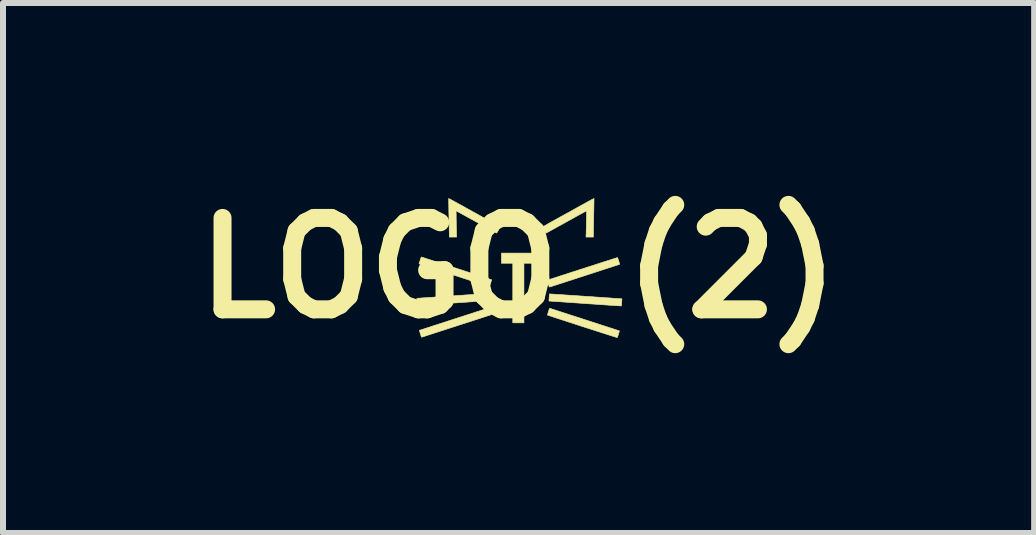
<source format=kicad_pcb>
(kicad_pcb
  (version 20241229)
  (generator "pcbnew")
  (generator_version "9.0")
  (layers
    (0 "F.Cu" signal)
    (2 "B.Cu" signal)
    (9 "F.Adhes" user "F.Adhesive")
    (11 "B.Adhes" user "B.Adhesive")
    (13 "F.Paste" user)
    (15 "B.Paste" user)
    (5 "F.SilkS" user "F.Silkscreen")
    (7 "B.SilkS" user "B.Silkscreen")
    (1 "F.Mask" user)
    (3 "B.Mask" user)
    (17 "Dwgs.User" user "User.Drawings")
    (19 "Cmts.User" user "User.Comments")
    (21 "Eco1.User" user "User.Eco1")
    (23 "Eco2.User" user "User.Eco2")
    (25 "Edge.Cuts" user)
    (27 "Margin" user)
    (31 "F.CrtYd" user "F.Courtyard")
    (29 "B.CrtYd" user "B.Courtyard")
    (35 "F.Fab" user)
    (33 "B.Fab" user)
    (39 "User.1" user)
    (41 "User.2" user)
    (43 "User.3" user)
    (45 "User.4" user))
  (footprint "LOGO (2)"
    (layer "F.Cu")
    (at 5.595 1.418)
    (property "Reference" "LOGO (2)" (at 0 0 0) (layer "F.SilkS") (effects (font (size 1.524 1.524) (thickness 0.3))))
    (attr through_hole)
    (fp_poly (pts (xy 0.279 -0.079) (xy 0.09 -0.079) (xy 0.09 0.914) (xy -0.096 0.914) (xy -0.096 -0.079) (xy -0.285 -0.079) (xy -0.285 -0.248) (xy 0.279 -0.248) (xy 0.279 -0.079)) (stroke (width 0.01) (type solid)) (fill yes) (layer "F.SilkS"))
    (fp_poly (pts (xy -1.618 -0.183) (xy -1.61 -0.18) (xy -1.598 -0.176) (xy -1.58 -0.171) (xy -1.559 -0.164) (xy -1.534 -0.156) (xy -1.505 -0.146) (xy -1.473 -0.136) (xy -1.438 -0.125) (xy -1.4 -0.112) (xy -1.36 -0.099) (xy -1.318 -0.086) (xy -1.274 -0.072) (xy -1.228 -0.057) (xy -1.181 -0.042) (xy -1.134 -0.026) (xy -1.085 -0.011) (xy -1.037 0.005) (xy -0.988 0.021) (xy -0.94 0.036) (xy -0.892 0.052) (xy -0.846 0.067) (xy -0.8 0.082) (xy -0.756 0.096) (xy -0.713 0.11) (xy -0.673 0.123) (xy -0.635 0.135) (xy -0.6 0.147) (xy -0.567 0.157) (xy -0.538 0.167) (xy -0.513 0.175) (xy -0.491 0.182) (xy -0.474 0.188) (xy -0.461 0.192) (xy -0.452 0.195) (xy -0.449 0.196) (xy -0.449 0.196) (xy -0.45 0.199) (xy -0.451 0.207) (xy -0.454 0.217) (xy -0.458 0.23) (xy -0.463 0.245) (xy -0.468 0.26) (xy -0.472 0.275) (xy -0.477 0.288) (xy -0.481 0.299) (xy -0.483 0.307) (xy -0.485 0.31) (xy -0.485 0.31) (xy -0.488 0.309) (xy -0.496 0.307) (xy -0.509 0.303) (xy -0.526 0.297) (xy -0.548 0.29) (xy -0.574 0.282) (xy -0.604 0.272) (xy -0.637 0.261) (xy -0.674 0.249) (xy -0.715 0.236) (xy -0.758 0.223) (xy -0.803 0.208) (xy -0.852 0.192) (xy -0.902 0.176) (xy -0.954 0.159) (xy -1.008 0.141) (xy -1.064 0.124) (xy -1.072 0.121) (xy -1.128 0.103) (xy -1.182 0.085) (xy -1.235 0.068) (xy -1.286 0.052) (xy -1.334 0.036) (xy -1.38 0.021) (xy -1.424 0.007) (xy -1.464 -0.006) (xy -1.502 -0.018) (xy -1.536 -0.029) (xy -1.566 -0.039) (xy -1.593 -0.048) (xy -1.615 -0.055) (xy -1.633 -0.061) (xy -1.646 -0.065) (xy -1.655 -0.068) (xy -1.659 -0.069) (xy -1.659 -0.069) (xy -1.658 -0.072) (xy -1.656 -0.079) (xy -1.653 -0.089) (xy -1.649 -0.102) (xy -1.644 -0.117) (xy -1.639 -0.132) (xy -1.634 -0.147) (xy -1.63 -0.16) (xy -1.626 -0.171) (xy -1.623 -0.179) (xy -1.621 -0.183) (xy -1.621 -0.183) (xy -1.618 -0.183)) (stroke (width 0.01) (type solid)) (fill yes) (layer "F.SilkS"))
    (fp_poly (pts (xy -0.489 0.666) (xy -0.486 0.673) (xy -0.482 0.683) (xy -0.478 0.696) (xy -0.473 0.711) (xy -0.468 0.726) (xy -0.463 0.741) (xy -0.459 0.754) (xy -0.455 0.765) (xy -0.453 0.773) (xy -0.452 0.777) (xy -0.452 0.777) (xy -0.455 0.778) (xy -0.463 0.781) (xy -0.475 0.785) (xy -0.493 0.791) (xy -0.515 0.798) (xy -0.54 0.806) (xy -0.57 0.816) (xy -0.604 0.827) (xy -0.641 0.839) (xy -0.681 0.852) (xy -0.723 0.865) (xy -0.769 0.88) (xy -0.817 0.896) (xy -0.867 0.912) (xy -0.919 0.929) (xy -0.973 0.946) (xy -1.029 0.964) (xy -1.031 0.965) (xy -1.087 0.983) (xy -1.14 1) (xy -1.193 1.017) (xy -1.243 1.034) (xy -1.291 1.049) (xy -1.337 1.064) (xy -1.381 1.078) (xy -1.421 1.091) (xy -1.458 1.103) (xy -1.492 1.114) (xy -1.522 1.124) (xy -1.548 1.132) (xy -1.571 1.14) (xy -1.588 1.145) (xy -1.602 1.15) (xy -1.61 1.152) (xy -1.613 1.153) (xy -1.613 1.153) (xy -1.617 1.152) (xy -1.62 1.148) (xy -1.622 1.141) (xy -1.626 1.131) (xy -1.63 1.118) (xy -1.634 1.104) (xy -1.639 1.089) (xy -1.643 1.074) (xy -1.647 1.061) (xy -1.651 1.05) (xy -1.653 1.043) (xy -1.653 1.04) (xy -1.653 1.04) (xy -1.651 1.039) (xy -1.643 1.036) (xy -1.63 1.032) (xy -1.613 1.027) (xy -1.592 1.02) (xy -1.567 1.012) (xy -1.538 1.002) (xy -1.506 0.992) (xy -1.471 0.981) (xy -1.434 0.968) (xy -1.394 0.955) (xy -1.352 0.942) (xy -1.308 0.928) (xy -1.262 0.913) (xy -1.216 0.898) (xy -1.168 0.882) (xy -1.12 0.867) (xy -1.072 0.851) (xy -1.023 0.835) (xy -0.975 0.82) (xy -0.928 0.805) (xy -0.881 0.789) (xy -0.836 0.775) (xy -0.792 0.761) (xy -0.75 0.747) (xy -0.71 0.734) (xy -0.672 0.722) (xy -0.637 0.711) (xy -0.605 0.7) (xy -0.576 0.691) (xy -0.551 0.683) (xy -0.53 0.676) (xy -0.513 0.671) (xy -0.5 0.667) (xy -0.493 0.664) (xy -0.49 0.663) (xy -0.489 0.666)) (stroke (width 0.01) (type solid)) (fill yes) (layer "F.SilkS"))
    (fp_poly (pts (xy 0.518 0.432) (xy 0.526 0.433) (xy 0.539 0.434) (xy 0.557 0.435) (xy 0.58 0.436) (xy 0.606 0.438) (xy 0.636 0.44) (xy 0.669 0.442) (xy 0.706 0.444) (xy 0.745 0.447) (xy 0.787 0.45) (xy 0.831 0.453) (xy 0.877 0.456) (xy 0.925 0.459) (xy 0.973 0.462) (xy 1.023 0.466) (xy 1.073 0.469) (xy 1.124 0.473) (xy 1.174 0.476) (xy 1.224 0.479) (xy 1.274 0.483) (xy 1.322 0.486) (xy 1.369 0.489) (xy 1.415 0.492) (xy 1.459 0.496) (xy 1.5 0.498) (xy 1.539 0.501) (xy 1.575 0.504) (xy 1.608 0.506) (xy 1.637 0.508) (xy 1.663 0.51) (xy 1.684 0.511) (xy 1.702 0.513) (xy 1.714 0.513) (xy 1.721 0.514) (xy 1.723 0.514) (xy 1.723 0.517) (xy 1.723 0.525) (xy 1.722 0.536) (xy 1.721 0.551) (xy 1.72 0.567) (xy 1.719 0.584) (xy 1.718 0.6) (xy 1.717 0.612) (xy 1.716 0.622) (xy 1.716 0.626) (xy 1.716 0.629) (xy 1.714 0.631) (xy 1.709 0.632) (xy 1.7 0.632) (xy 1.697 0.632) (xy 1.692 0.632) (xy 1.682 0.631) (xy 1.667 0.63) (xy 1.647 0.629) (xy 1.623 0.627) (xy 1.594 0.625) (xy 1.561 0.623) (xy 1.525 0.621) (xy 1.485 0.618) (xy 1.442 0.615) (xy 1.396 0.612) (xy 1.347 0.609) (xy 1.297 0.605) (xy 1.244 0.601) (xy 1.189 0.598) (xy 1.132 0.594) (xy 1.094 0.591) (xy 1.037 0.587) (xy 0.981 0.583) (xy 0.928 0.58) (xy 0.876 0.576) (xy 0.827 0.573) (xy 0.78 0.569) (xy 0.736 0.566) (xy 0.695 0.563) (xy 0.657 0.561) (xy 0.623 0.559) (xy 0.593 0.556) (xy 0.567 0.555) (xy 0.545 0.553) (xy 0.528 0.552) (xy 0.516 0.551) (xy 0.51 0.551) (xy 0.508 0.551) (xy 0.508 0.548) (xy 0.508 0.54) (xy 0.508 0.53) (xy 0.509 0.516) (xy 0.51 0.501) (xy 0.511 0.485) (xy 0.512 0.47) (xy 0.513 0.456) (xy 0.514 0.444) (xy 0.515 0.436) (xy 0.515 0.432) (xy 0.515 0.432) (xy 0.518 0.432)) (stroke (width 0.01) (type solid)) (fill yes) (layer "F.SilkS"))
    (fp_poly (pts (xy 0.523 0.673) (xy 0.527 0.674) (xy 0.535 0.677) (xy 0.549 0.681) (xy 0.567 0.687) (xy 0.589 0.694) (xy 0.615 0.702) (xy 0.644 0.712) (xy 0.676 0.722) (xy 0.712 0.734) (xy 0.75 0.746) (xy 0.79 0.759) (xy 0.833 0.773) (xy 0.877 0.787) (xy 0.923 0.802) (xy 0.969 0.817) (xy 1.017 0.832) (xy 1.065 0.848) (xy 1.113 0.864) (xy 1.162 0.879) (xy 1.209 0.895) (xy 1.257 0.91) (xy 1.303 0.925) (xy 1.348 0.94) (xy 1.391 0.954) (xy 1.433 0.967) (xy 1.472 0.98) (xy 1.509 0.992) (xy 1.543 1.003) (xy 1.574 1.013) (xy 1.602 1.022) (xy 1.626 1.03) (xy 1.646 1.037) (xy 1.662 1.042) (xy 1.673 1.046) (xy 1.68 1.048) (xy 1.681 1.048) (xy 1.681 1.051) (xy 1.679 1.059) (xy 1.676 1.069) (xy 1.672 1.082) (xy 1.667 1.097) (xy 1.663 1.112) (xy 1.658 1.127) (xy 1.654 1.14) (xy 1.65 1.15) (xy 1.647 1.158) (xy 1.646 1.16) (xy 1.643 1.16) (xy 1.635 1.157) (xy 1.622 1.153) (xy 1.605 1.148) (xy 1.583 1.141) (xy 1.557 1.133) (xy 1.527 1.123) (xy 1.494 1.113) (xy 1.457 1.101) (xy 1.416 1.088) (xy 1.373 1.074) (xy 1.328 1.06) (xy 1.28 1.044) (xy 1.229 1.028) (xy 1.177 1.011) (xy 1.123 0.994) (xy 1.068 0.976) (xy 1.064 0.975) (xy 1.009 0.957) (xy 0.955 0.939) (xy 0.902 0.922) (xy 0.852 0.906) (xy 0.804 0.89) (xy 0.758 0.875) (xy 0.714 0.861) (xy 0.674 0.848) (xy 0.637 0.836) (xy 0.603 0.825) (xy 0.573 0.815) (xy 0.547 0.806) (xy 0.525 0.799) (xy 0.507 0.793) (xy 0.494 0.789) (xy 0.485 0.786) (xy 0.482 0.785) (xy 0.482 0.785) (xy 0.483 0.782) (xy 0.484 0.774) (xy 0.488 0.763) (xy 0.492 0.749) (xy 0.497 0.732) (xy 0.499 0.727) (xy 0.505 0.708) (xy 0.509 0.694) (xy 0.513 0.685) (xy 0.516 0.678) (xy 0.518 0.674) (xy 0.52 0.673) (xy 0.522 0.673) (xy 0.523 0.673)) (stroke (width 0.01) (type solid)) (fill yes) (layer "F.SilkS"))
    (fp_poly (pts (xy -0.486 0.427) (xy -0.486 0.434) (xy -0.485 0.446) (xy -0.484 0.459) (xy -0.482 0.475) (xy -0.481 0.491) (xy -0.48 0.506) (xy -0.48 0.52) (xy -0.479 0.531) (xy -0.479 0.539) (xy -0.479 0.542) (xy -0.479 0.542) (xy -0.482 0.542) (xy -0.49 0.543) (xy -0.503 0.544) (xy -0.521 0.545) (xy -0.543 0.546) (xy -0.569 0.548) (xy -0.599 0.55) (xy -0.633 0.553) (xy -0.669 0.555) (xy -0.709 0.558) (xy -0.75 0.561) (xy -0.794 0.564) (xy -0.84 0.567) (xy -0.887 0.571) (xy -0.936 0.574) (xy -0.985 0.577) (xy -1.035 0.581) (xy -1.086 0.584) (xy -1.136 0.588) (xy -1.186 0.591) (xy -1.235 0.594) (xy -1.283 0.598) (xy -1.33 0.601) (xy -1.375 0.604) (xy -1.418 0.607) (xy -1.459 0.61) (xy -1.497 0.612) (xy -1.533 0.615) (xy -1.565 0.617) (xy -1.594 0.619) (xy -1.619 0.62) (xy -1.639 0.622) (xy -1.656 0.623) (xy -1.667 0.623) (xy -1.673 0.624) (xy -1.674 0.624) (xy -1.682 0.623) (xy -1.686 0.622) (xy -1.688 0.619) (xy -1.688 0.615) (xy -1.688 0.609) (xy -1.689 0.598) (xy -1.69 0.585) (xy -1.691 0.569) (xy -1.692 0.556) (xy -1.693 0.54) (xy -1.694 0.526) (xy -1.694 0.515) (xy -1.695 0.508) (xy -1.695 0.506) (xy -1.692 0.506) (xy -1.684 0.505) (xy -1.671 0.504) (xy -1.653 0.503) (xy -1.631 0.501) (xy -1.604 0.499) (xy -1.574 0.497) (xy -1.541 0.495) (xy -1.504 0.492) (xy -1.465 0.49) (xy -1.423 0.487) (xy -1.379 0.484) (xy -1.333 0.481) (xy -1.286 0.477) (xy -1.237 0.474) (xy -1.187 0.471) (xy -1.137 0.467) (xy -1.087 0.464) (xy -1.036 0.46) (xy -0.986 0.457) (xy -0.937 0.454) (xy -0.888 0.45) (xy -0.841 0.447) (xy -0.795 0.444) (xy -0.752 0.441) (xy -0.71 0.438) (xy -0.671 0.436) (xy -0.635 0.433) (xy -0.602 0.431) (xy -0.573 0.429) (xy -0.547 0.428) (xy -0.526 0.426) (xy -0.508 0.425) (xy -0.496 0.424) (xy -0.489 0.424) (xy -0.487 0.424) (xy -0.486 0.427)) (stroke (width 0.01) (type solid)) (fill yes) (layer "F.SilkS"))
    (fp_poly (pts (xy 1.65 -0.174) (xy 1.652 -0.171) (xy 1.655 -0.163) (xy 1.658 -0.152) (xy 1.663 -0.139) (xy 1.668 -0.124) (xy 1.672 -0.109) (xy 1.677 -0.094) (xy 1.681 -0.081) (xy 1.683 -0.071) (xy 1.685 -0.064) (xy 1.685 -0.062) (xy 1.683 -0.061) (xy 1.675 -0.058) (xy 1.662 -0.054) (xy 1.645 -0.048) (xy 1.624 -0.041) (xy 1.599 -0.033) (xy 1.57 -0.024) (xy 1.538 -0.013) (xy 1.503 -0.002) (xy 1.465 0.01) (xy 1.425 0.023) (xy 1.383 0.037) (xy 1.339 0.051) (xy 1.294 0.066) (xy 1.247 0.081) (xy 1.199 0.097) (xy 1.151 0.112) (xy 1.103 0.128) (xy 1.054 0.144) (xy 1.006 0.159) (xy 0.958 0.175) (xy 0.912 0.19) (xy 0.866 0.205) (xy 0.822 0.219) (xy 0.78 0.233) (xy 0.74 0.246) (xy 0.702 0.258) (xy 0.667 0.269) (xy 0.634 0.28) (xy 0.605 0.289) (xy 0.58 0.297) (xy 0.559 0.304) (xy 0.541 0.31) (xy 0.528 0.314) (xy 0.52 0.316) (xy 0.518 0.317) (xy 0.516 0.317) (xy 0.514 0.316) (xy 0.512 0.313) (xy 0.509 0.307) (xy 0.506 0.297) (xy 0.501 0.284) (xy 0.495 0.266) (xy 0.494 0.262) (xy 0.489 0.246) (xy 0.484 0.231) (xy 0.481 0.218) (xy 0.478 0.21) (xy 0.477 0.205) (xy 0.477 0.205) (xy 0.48 0.204) (xy 0.488 0.201) (xy 0.501 0.197) (xy 0.518 0.191) (xy 0.539 0.184) (xy 0.565 0.176) (xy 0.593 0.166) (xy 0.625 0.156) (xy 0.661 0.144) (xy 0.698 0.132) (xy 0.738 0.119) (xy 0.781 0.106) (xy 0.825 0.091) (xy 0.87 0.076) (xy 0.917 0.061) (xy 0.965 0.046) (xy 1.013 0.03) (xy 1.061 0.015) (xy 1.11 -0.001) (xy 1.158 -0.017) (xy 1.206 -0.032) (xy 1.253 -0.047) (xy 1.299 -0.062) (xy 1.343 -0.076) (xy 1.385 -0.09) (xy 1.425 -0.103) (xy 1.463 -0.115) (xy 1.499 -0.126) (xy 1.531 -0.136) (xy 1.56 -0.146) (xy 1.586 -0.154) (xy 1.608 -0.161) (xy 1.625 -0.166) (xy 1.638 -0.17) (xy 1.647 -0.173) (xy 1.65 -0.174) (xy 1.65 -0.174)) (stroke (width 0.01) (type solid)) (fill yes) (layer "F.SilkS"))
    (fp_poly (pts (xy 1.258 -1.156) (xy 1.258 -1.148) (xy 1.258 -1.135) (xy 1.257 -1.117) (xy 1.257 -1.095) (xy 1.257 -1.07) (xy 1.256 -1.041) (xy 1.256 -1.009) (xy 1.255 -0.974) (xy 1.255 -0.937) (xy 1.254 -0.899) (xy 1.253 -0.866) (xy 1.252 -0.825) (xy 1.252 -0.786) (xy 1.251 -0.748) (xy 1.25 -0.711) (xy 1.25 -0.678) (xy 1.249 -0.647) (xy 1.249 -0.619) (xy 1.248 -0.595) (xy 1.248 -0.575) (xy 1.248 -0.56) (xy 1.247 -0.549) (xy 1.247 -0.545) (xy 1.247 -0.516) (xy 1.125 -0.516) (xy 1.127 -0.574) (xy 1.128 -0.593) (xy 1.128 -0.615) (xy 1.129 -0.64) (xy 1.13 -0.667) (xy 1.13 -0.695) (xy 1.131 -0.724) (xy 1.131 -0.754) (xy 1.132 -0.783) (xy 1.132 -0.812) (xy 1.133 -0.839) (xy 1.133 -0.865) (xy 1.134 -0.889) (xy 1.134 -0.909) (xy 1.134 -0.927) (xy 1.134 -0.94) (xy 1.134 -0.949) (xy 1.134 -0.953) (xy 1.134 -0.953) (xy 1.131 -0.952) (xy 1.124 -0.948) (xy 1.112 -0.942) (xy 1.097 -0.933) (xy 1.077 -0.922) (xy 1.054 -0.91) (xy 1.028 -0.896) (xy 0.999 -0.88) (xy 0.967 -0.862) (xy 0.933 -0.843) (xy 0.897 -0.823) (xy 0.859 -0.802) (xy 0.819 -0.78) (xy 0.798 -0.769) (xy 0.758 -0.746) (xy 0.719 -0.725) (xy 0.682 -0.704) (xy 0.646 -0.685) (xy 0.613 -0.666) (xy 0.582 -0.649) (xy 0.554 -0.634) (xy 0.53 -0.62) (xy 0.508 -0.608) (xy 0.49 -0.598) (xy 0.476 -0.591) (xy 0.466 -0.585) (xy 0.461 -0.583) (xy 0.46 -0.582) (xy 0.457 -0.584) (xy 0.453 -0.589) (xy 0.447 -0.599) (xy 0.438 -0.614) (xy 0.429 -0.63) (xy 0.421 -0.645) (xy 0.413 -0.659) (xy 0.407 -0.67) (xy 0.403 -0.678) (xy 0.402 -0.683) (xy 0.401 -0.683) (xy 0.403 -0.685) (xy 0.408 -0.688) (xy 0.418 -0.694) (xy 0.431 -0.702) (xy 0.448 -0.712) (xy 0.47 -0.724) (xy 0.495 -0.739) (xy 0.526 -0.756) (xy 0.561 -0.776) (xy 0.601 -0.798) (xy 0.616 -0.806) (xy 0.655 -0.828) (xy 0.698 -0.852) (xy 0.744 -0.877) (xy 0.792 -0.904) (xy 0.841 -0.93) (xy 0.889 -0.957) (xy 0.936 -0.983) (xy 0.98 -1.008) (xy 1.022 -1.031) (xy 1.044 -1.043) (xy 1.076 -1.061) (xy 1.106 -1.077) (xy 1.135 -1.093) (xy 1.161 -1.108) (xy 1.185 -1.121) (xy 1.207 -1.133) (xy 1.225 -1.142) (xy 1.239 -1.15) (xy 1.25 -1.155) (xy 1.256 -1.159) (xy 1.258 -1.159) (xy 1.258 -1.156)) (stroke (width 0.01) (type solid)) (fill yes) (layer "F.SilkS"))
    (fp_poly (pts (xy -1.162 -1.158) (xy -1.155 -1.154) (xy -1.143 -1.148) (xy -1.128 -1.14) (xy -1.109 -1.13) (xy -1.087 -1.118) (xy -1.061 -1.104) (xy -1.034 -1.089) (xy -1.004 -1.072) (xy -0.972 -1.055) (xy -0.939 -1.037) (xy -0.926 -1.03) (xy -0.887 -1.008) (xy -0.845 -0.984) (xy -0.801 -0.96) (xy -0.756 -0.935) (xy -0.71 -0.91) (xy -0.665 -0.885) (xy -0.622 -0.861) (xy -0.581 -0.838) (xy -0.543 -0.817) (xy -0.508 -0.798) (xy -0.499 -0.793) (xy -0.463 -0.773) (xy -0.431 -0.755) (xy -0.404 -0.74) (xy -0.381 -0.727) (xy -0.361 -0.716) (xy -0.346 -0.707) (xy -0.333 -0.7) (xy -0.323 -0.694) (xy -0.316 -0.689) (xy -0.312 -0.686) (xy -0.309 -0.684) (xy -0.309 -0.682) (xy -0.309 -0.682) (xy -0.31 -0.678) (xy -0.314 -0.67) (xy -0.32 -0.659) (xy -0.328 -0.645) (xy -0.336 -0.63) (xy -0.336 -0.629) (xy -0.347 -0.611) (xy -0.355 -0.597) (xy -0.361 -0.588) (xy -0.365 -0.583) (xy -0.367 -0.582) (xy -0.37 -0.584) (xy -0.377 -0.588) (xy -0.389 -0.594) (xy -0.405 -0.603) (xy -0.425 -0.614) (xy -0.448 -0.627) (xy -0.475 -0.641) (xy -0.504 -0.657) (xy -0.536 -0.675) (xy -0.571 -0.694) (xy -0.607 -0.714) (xy -0.645 -0.735) (xy -0.685 -0.757) (xy -0.705 -0.769) (xy -0.745 -0.791) (xy -0.784 -0.812) (xy -0.822 -0.833) (xy -0.857 -0.852) (xy -0.89 -0.871) (xy -0.92 -0.887) (xy -0.948 -0.903) (xy -0.973 -0.916) (xy -0.994 -0.928) (xy -1.012 -0.937) (xy -1.025 -0.945) (xy -1.035 -0.95) (xy -1.04 -0.952) (xy -1.041 -0.953) (xy -1.041 -0.95) (xy -1.041 -0.942) (xy -1.041 -0.929) (xy -1.041 -0.912) (xy -1.04 -0.892) (xy -1.04 -0.869) (xy -1.04 -0.844) (xy -1.039 -0.816) (xy -1.039 -0.788) (xy -1.038 -0.758) (xy -1.038 -0.729) (xy -1.037 -0.7) (xy -1.037 -0.671) (xy -1.036 -0.644) (xy -1.035 -0.619) (xy -1.035 -0.596) (xy -1.034 -0.577) (xy -1.034 -0.572) (xy -1.032 -0.516) (xy -1.154 -0.516) (xy -1.154 -0.545) (xy -1.154 -0.552) (xy -1.154 -0.564) (xy -1.155 -0.581) (xy -1.155 -0.602) (xy -1.156 -0.628) (xy -1.156 -0.656) (xy -1.157 -0.688) (xy -1.157 -0.723) (xy -1.158 -0.759) (xy -1.159 -0.798) (xy -1.16 -0.838) (xy -1.16 -0.866) (xy -1.161 -0.906) (xy -1.162 -0.945) (xy -1.162 -0.981) (xy -1.163 -1.015) (xy -1.163 -1.047) (xy -1.164 -1.075) (xy -1.164 -1.1) (xy -1.164 -1.121) (xy -1.165 -1.138) (xy -1.165 -1.15) (xy -1.165 -1.157) (xy -1.164 -1.159) (xy -1.162 -1.158)) (stroke (width 0.01) (type solid)) (fill yes) (layer "F.SilkS")))
  (gr_rect
    (start -3 -3)
    (end 14.191 5.836)
    (stroke (width 0.1) (type default))
    (fill no)
    (layer "Edge.Cuts")))
</source>
